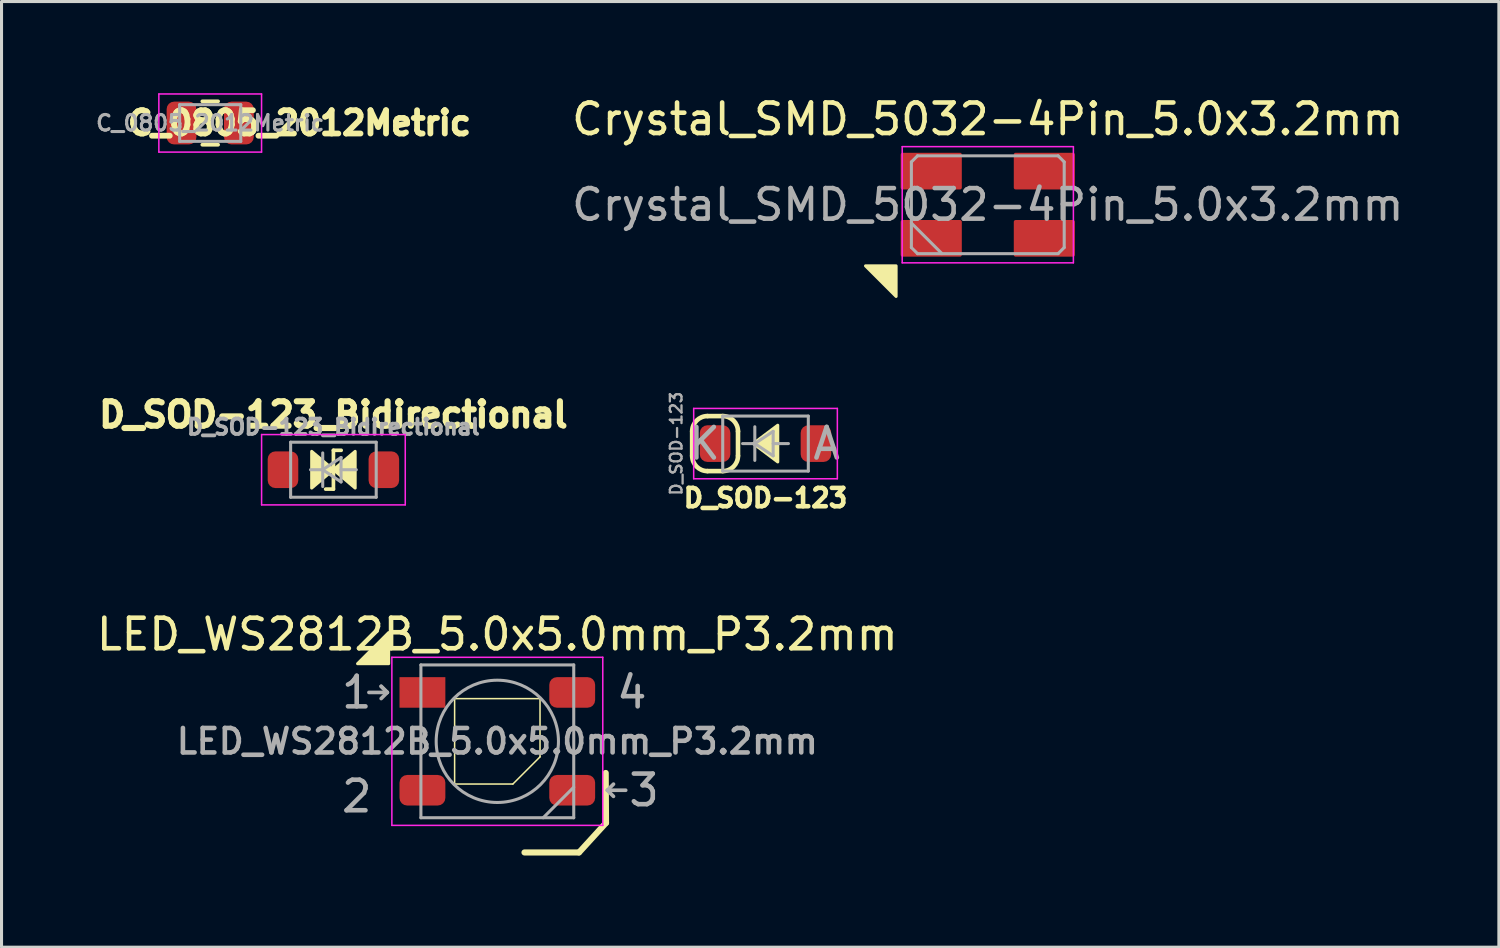
<source format=kicad_pcb>
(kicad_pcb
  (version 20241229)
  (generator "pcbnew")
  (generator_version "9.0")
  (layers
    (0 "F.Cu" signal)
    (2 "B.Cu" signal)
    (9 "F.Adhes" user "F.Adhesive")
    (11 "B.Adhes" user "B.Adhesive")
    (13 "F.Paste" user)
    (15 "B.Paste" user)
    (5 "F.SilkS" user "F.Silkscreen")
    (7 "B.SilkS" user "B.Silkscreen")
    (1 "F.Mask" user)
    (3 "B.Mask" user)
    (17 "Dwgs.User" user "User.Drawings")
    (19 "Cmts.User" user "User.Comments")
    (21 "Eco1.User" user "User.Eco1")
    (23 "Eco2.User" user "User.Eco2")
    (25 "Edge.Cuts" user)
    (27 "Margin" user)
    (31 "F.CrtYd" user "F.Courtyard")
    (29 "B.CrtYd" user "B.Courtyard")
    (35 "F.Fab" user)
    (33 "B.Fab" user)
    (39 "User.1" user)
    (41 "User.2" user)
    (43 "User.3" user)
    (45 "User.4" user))
  (footprint "LED_WS2812B_5.0x5.0mm_P3.2mm"
    (layer "F.Cu")
    (at 13.22 21.203)
    (property "Reference" "LED_WS2812B_5.0x5.0mm_P3.2mm" (at 0 -3.5 0) (layer "F.SilkS") (effects (font (size 1 1) (thickness 0.15))))
    (attr smd)
    (fp_line (start -1.397 -1.397) (end 1.397 -1.397) (stroke (width 0.05) (type solid)) (layer "F.SilkS"))
    (fp_line (start -1.397 1.397) (end -1.397 -1.397) (stroke (width 0.05) (type solid)) (layer "F.SilkS"))
    (fp_line (start 0.508 1.397) (end -1.397 1.397) (stroke (width 0.05) (type solid)) (layer "F.SilkS"))
    (fp_line (start 0.508 1.397) (end 1.397 0.508) (stroke (width 0.05) (type solid)) (layer "F.SilkS"))
    (fp_line (start 0.889 3.635) (end 2.667 3.635) (stroke (width 0.2) (type solid)) (layer "F.SilkS"))
    (fp_line (start 1.397 -1.397) (end 1.397 0.508) (stroke (width 0.05) (type solid)) (layer "F.SilkS"))
    (fp_line (start 2.673 3.635) (end 3.556 2.667) (stroke (width 0.2) (type solid)) (layer "F.SilkS"))
    (fp_line (start 3.556 2.667) (end 3.546 1.035) (stroke (width 0.2) (type solid)) (layer "F.SilkS"))
    (fp_poly (pts (xy -4.572 -2.54) (xy -3.556 -2.54) (xy -3.556 -3.556)) (stroke (width 0.1) (type solid)) (fill yes) (layer "F.SilkS"))
    (fp_line (start -3.45 -2.75) (end -3.45 2.75) (stroke (width 0.05) (type solid)) (layer "F.CrtYd"))
    (fp_line (start -3.45 2.75) (end 3.45 2.75) (stroke (width 0.05) (type solid)) (layer "F.CrtYd"))
    (fp_line (start 3.45 -2.75) (end -3.45 -2.75) (stroke (width 0.05) (type solid)) (layer "F.CrtYd"))
    (fp_line (start 3.45 2.75) (end 3.45 -2.75) (stroke (width 0.05) (type solid)) (layer "F.CrtYd"))
    (fp_line (start -4.2 -1.6) (end -3.6 -1.6) (stroke (width 0.12) (type solid)) (layer "F.Fab"))
    (fp_line (start -3.8 -1.8) (end -3.6 -1.6) (stroke (width 0.12) (type solid)) (layer "F.Fab"))
    (fp_line (start -3.6 -1.6) (end -3.8 -1.8) (stroke (width 0.12) (type solid)) (layer "F.Fab"))
    (fp_line (start -3.6 -1.6) (end -3.8 -1.4) (stroke (width 0.12) (type solid)) (layer "F.Fab"))
    (fp_line (start -2.5 -2.5) (end -2.5 2.5) (stroke (width 0.1) (type solid)) (layer "F.Fab"))
    (fp_line (start -2.5 2.5) (end 2.5 2.5) (stroke (width 0.1) (type solid)) (layer "F.Fab"))
    (fp_line (start 2.5 -2.5) (end -2.5 -2.5) (stroke (width 0.1) (type solid)) (layer "F.Fab"))
    (fp_line (start 2.5 1.5) (end 1.5 2.5) (stroke (width 0.1) (type solid)) (layer "F.Fab"))
    (fp_line (start 2.5 2.5) (end 2.5 -2.5) (stroke (width 0.1) (type solid)) (layer "F.Fab"))
    (fp_line (start 3.6 1.6) (end 3.8 1.4) (stroke (width 0.12) (type solid)) (layer "F.Fab"))
    (fp_line (start 3.6 1.6) (end 3.8 1.8) (stroke (width 0.12) (type solid)) (layer "F.Fab"))
    (fp_line (start 4.2 1.6) (end 3.6 1.6) (stroke (width 0.12) (type solid)) (layer "F.Fab"))
    (fp_circle (center 0 0) (end 0 -2) (stroke (width 0.1) (type solid)) (fill no) (layer "F.Fab"))
    (fp_text user "1" (at -4.6 -1.6 0) (layer "F.Fab") (effects (font (size 1 1) (thickness 0.15))))
    (fp_text user "4" (at 4.4 -1.6 0) (layer "F.Fab") (effects (font (size 1 1) (thickness 0.15))))
    (fp_text user "${REFERENCE}" (at 0 0 0) (layer "F.Fab") (effects (font (size 0.8 0.8) (thickness 0.15))))
    (fp_text user "2" (at -4.6 1.8 0) (layer "F.Fab") (effects (font (size 1 1) (thickness 0.15))))
    (fp_text user "3" (at 4.8 1.6 0) (layer "F.Fab") (effects (font (size 1 1) (thickness 0.15))))
    (pad "1" smd rect (at -2.45 -1.6) (size 1.5 1) (layers "F.Cu" "F.Mask" "F.Paste"))
    (pad "2" smd roundrect (at -2.45 1.6) (size 1.5 1) (layers "F.Cu" "F.Mask" "F.Paste") (roundrect_rratio 0.25))
    (pad "3" smd roundrect (at 2.45 1.6) (size 1.5 1) (layers "F.Cu" "F.Mask" "F.Paste") (roundrect_rratio 0.25))
    (pad "4" smd roundrect (at 2.45 -1.6) (size 1.5 1) (layers "F.Cu" "F.Mask" "F.Paste") (roundrect_rratio 0.25)))
  (footprint "Crystal_SMD_5032-4Pin_5.0x3.2mm"
    (layer "F.Cu")
    (at 29.266 3.648)
    (property "Reference" "Crystal_SMD_5032-4Pin_5.0x3.2mm" (at 0 -2.8 0) (layer "F.SilkS") (effects (font (size 1 1) (thickness 0.15))))
    (attr smd)
    (fp_poly (pts (xy -4 2) (xy -3 2) (xy -3 3)) (stroke (width 0.1) (type solid)) (fill yes) (layer "F.SilkS"))
    (fp_line (start -2.8 -1.9) (end -2.8 1.9) (stroke (width 0.05) (type solid)) (layer "F.CrtYd"))
    (fp_line (start -2.8 1.9) (end 2.8 1.9) (stroke (width 0.05) (type solid)) (layer "F.CrtYd"))
    (fp_line (start 2.8 -1.9) (end -2.8 -1.9) (stroke (width 0.05) (type solid)) (layer "F.CrtYd"))
    (fp_line (start 2.8 1.9) (end 2.8 -1.9) (stroke (width 0.05) (type solid)) (layer "F.CrtYd"))
    (fp_line (start -2.5 -1.4) (end -2.3 -1.6) (stroke (width 0.1) (type solid)) (layer "F.Fab"))
    (fp_line (start -2.5 0.6) (end -1.5 1.6) (stroke (width 0.1) (type solid)) (layer "F.Fab"))
    (fp_line (start -2.5 1.4) (end -2.5 -1.4) (stroke (width 0.1) (type solid)) (layer "F.Fab"))
    (fp_line (start -2.3 -1.6) (end 2.3 -1.6) (stroke (width 0.1) (type solid)) (layer "F.Fab"))
    (fp_line (start -2.3 1.6) (end -2.5 1.4) (stroke (width 0.1) (type solid)) (layer "F.Fab"))
    (fp_line (start 2.3 -1.6) (end 2.5 -1.4) (stroke (width 0.1) (type solid)) (layer "F.Fab"))
    (fp_line (start 2.3 1.6) (end -2.3 1.6) (stroke (width 0.1) (type solid)) (layer "F.Fab"))
    (fp_line (start 2.5 -1.4) (end 2.5 1.4) (stroke (width 0.1) (type solid)) (layer "F.Fab"))
    (fp_line (start 2.5 1.4) (end 2.3 1.6) (stroke (width 0.1) (type solid)) (layer "F.Fab"))
    (fp_text user "${REFERENCE}" (at 0 0 0) (layer "F.Fab") (effects (font (size 1 1) (thickness 0.15))))
    (pad "1" smd roundrect (at -1.85 1.1) (size 2 1.2) (layers "F.Cu" "F.Mask" "F.Paste") (roundrect_rratio 0.05))
    (pad "2" smd roundrect (at 1.85 1.1) (size 2 1.2) (layers "F.Cu" "F.Mask" "F.Paste") (roundrect_rratio 0.05))
    (pad "3" smd roundrect (at 1.85 -1.1) (size 2 1.2) (layers "F.Cu" "F.Mask" "F.Paste") (roundrect_rratio 0.05))
    (pad "4" smd roundrect (at -1.85 -1.1) (size 2 1.2) (layers "F.Cu" "F.Mask" "F.Paste") (roundrect_rratio 0.05)))
  (footprint "D_SOD-123_Bidirectional"
    (layer "F.Cu")
    (at 7.858 12.317)
    (property "Reference" "D_SOD-123_Bidirectional" (at 0 -1.8 180) (layer "F.SilkS") (effects (font (size 0.8 0.8) (thickness 0.2))))
    (attr smd)
    (fp_line (start 0 -0.635) (end 0.254 -0.635) (stroke (width 0.12) (type solid)) (layer "F.SilkS"))
    (fp_line (start 0 0.635) (end -0.254 0.635) (stroke (width 0.12) (type solid)) (layer "F.SilkS"))
    (fp_line (start 0 0.635) (end 0 -0.635) (stroke (width 0.12) (type solid)) (layer "F.SilkS"))
    (fp_poly (pts (xy 0 0) (xy -0.711 0.6) (xy -0.711 -0.6)) (stroke (width 0.1) (type solid)) (fill yes) (layer "F.SilkS"))
    (fp_poly (pts (xy 0 0) (xy 0.711 -0.6) (xy 0.711 0.6)) (stroke (width 0.1) (type solid)) (fill yes) (layer "F.SilkS"))
    (fp_line (start -2.35 -1.15) (end -2.35 1.15) (stroke (width 0.05) (type solid)) (layer "F.CrtYd"))
    (fp_line (start -2.35 -1.15) (end 2.35 -1.15) (stroke (width 0.05) (type solid)) (layer "F.CrtYd"))
    (fp_line (start 2.35 -1.15) (end 2.35 1.15) (stroke (width 0.05) (type solid)) (layer "F.CrtYd"))
    (fp_line (start 2.35 1.15) (end -2.35 1.15) (stroke (width 0.05) (type solid)) (layer "F.CrtYd"))
    (fp_line (start -1.4 -0.9) (end 1.4 -0.9) (stroke (width 0.1) (type solid)) (layer "F.Fab"))
    (fp_line (start -1.4 0.9) (end -1.4 -0.9) (stroke (width 0.1) (type solid)) (layer "F.Fab"))
    (fp_line (start -0.75 0) (end -0.35 0) (stroke (width 0.1) (type solid)) (layer "F.Fab"))
    (fp_line (start -0.35 0) (end -0.35 -0.55) (stroke (width 0.1) (type solid)) (layer "F.Fab"))
    (fp_line (start -0.35 0) (end -0.35 0.55) (stroke (width 0.1) (type solid)) (layer "F.Fab"))
    (fp_line (start -0.35 0) (end 0.25 -0.4) (stroke (width 0.1) (type solid)) (layer "F.Fab"))
    (fp_line (start 0.25 -0.4) (end 0.25 0.4) (stroke (width 0.1) (type solid)) (layer "F.Fab"))
    (fp_line (start 0.25 0) (end 0.75 0) (stroke (width 0.1) (type solid)) (layer "F.Fab"))
    (fp_line (start 0.25 0.4) (end -0.35 0) (stroke (width 0.1) (type solid)) (layer "F.Fab"))
    (fp_line (start 1.4 -0.9) (end 1.4 0.9) (stroke (width 0.1) (type solid)) (layer "F.Fab"))
    (fp_line (start 1.4 0.9) (end -1.4 0.9) (stroke (width 0.1) (type solid)) (layer "F.Fab"))
    (fp_text user "${REFERENCE}" (at 0 -1.397 0) (layer "F.Fab") (effects (font (size 0.5 0.5) (thickness 0.125))))
    (pad "1" smd roundrect (at -1.65 0) (size 1 1.2) (layers "F.Cu" "F.Mask" "F.Paste") (roundrect_rratio 0.25))
    (pad "2" smd roundrect (at 1.65 0) (size 1 1.2) (layers "F.Cu" "F.Mask" "F.Paste") (roundrect_rratio 0.25)))
  (footprint "D_SOD-123"
    (layer "F.Cu")
    (at 21.994 11.462)
    (property "Reference" "D_SOD-123" (at -0.00012 1.779 180) (layer "F.SilkS") (effects (font (size 0.6 0.6) (thickness 0.15))))
    (attr smd)
    (fp_line (start -2.4 -0.4) (end -2.4 0.4) (stroke (width 0.15) (type solid)) (layer "F.SilkS"))
    (fp_line (start -1.9 -0.9) (end -1.4 -0.9) (stroke (width 0.15) (type solid)) (layer "F.SilkS"))
    (fp_line (start -1.4 0.9) (end -1.9 0.9) (stroke (width 0.15) (type solid)) (layer "F.SilkS"))
    (fp_line (start -0.9 -0.4) (end -0.9 0.4) (stroke (width 0.15) (type solid)) (layer "F.SilkS"))
    (fp_arc (start -2.4 -0.4) (mid -2.253553 -0.753553) (end -1.9 -0.9) (stroke (width 0.15) (type solid)) (layer "F.SilkS"))
    (fp_arc (start -1.9 0.9) (mid -2.253553 0.753553) (end -2.4 0.4) (stroke (width 0.15) (type solid)) (layer "F.SilkS"))
    (fp_arc (start -1.4 -0.9) (mid -1.046447 -0.753553) (end -0.9 -0.4) (stroke (width 0.15) (type solid)) (layer "F.SilkS"))
    (fp_arc (start -0.9 0.4) (mid -1.046447 0.753553) (end -1.4 0.9) (stroke (width 0.15) (type solid)) (layer "F.SilkS"))
    (fp_poly (pts (xy -0.4 0) (xy 0.4 -0.6) (xy 0.4 0.6)) (stroke (width 0.1) (type solid)) (fill yes) (layer "F.SilkS"))
    (fp_line (start -2.35 -1.15) (end -2.35 1.15) (stroke (width 0.05) (type solid)) (layer "F.CrtYd"))
    (fp_line (start -2.35 -1.15) (end 2.35 -1.15) (stroke (width 0.05) (type solid)) (layer "F.CrtYd"))
    (fp_line (start 2.35 -1.15) (end 2.35 1.15) (stroke (width 0.05) (type solid)) (layer "F.CrtYd"))
    (fp_line (start 2.35 1.15) (end -2.35 1.15) (stroke (width 0.05) (type solid)) (layer "F.CrtYd"))
    (fp_line (start -1.4 -0.9) (end 1.4 -0.9) (stroke (width 0.1) (type solid)) (layer "F.Fab"))
    (fp_line (start -1.4 0.9) (end -1.4 -0.9) (stroke (width 0.1) (type solid)) (layer "F.Fab"))
    (fp_line (start -0.75 0) (end -0.35 0) (stroke (width 0.1) (type solid)) (layer "F.Fab"))
    (fp_line (start -0.35 0) (end -0.35 -0.55) (stroke (width 0.1) (type solid)) (layer "F.Fab"))
    (fp_line (start -0.35 0) (end -0.35 0.55) (stroke (width 0.1) (type solid)) (layer "F.Fab"))
    (fp_line (start -0.35 0) (end 0.25 -0.4) (stroke (width 0.1) (type solid)) (layer "F.Fab"))
    (fp_line (start 0.25 -0.4) (end 0.25 0.4) (stroke (width 0.1) (type solid)) (layer "F.Fab"))
    (fp_line (start 0.25 0) (end 0.75 0) (stroke (width 0.1) (type solid)) (layer "F.Fab"))
    (fp_line (start 0.25 0.4) (end -0.35 0) (stroke (width 0.1) (type solid)) (layer "F.Fab"))
    (fp_line (start 1.4 -0.9) (end 1.4 0.9) (stroke (width 0.1) (type solid)) (layer "F.Fab"))
    (fp_line (start 1.4 0.9) (end -1.4 0.9) (stroke (width 0.1) (type solid)) (layer "F.Fab"))
    (fp_text user "${REFERENCE}" (at -2.921 0 270) (layer "F.Fab") (effects (font (size 0.381 0.381) (thickness 0.076))))
    (fp_text user "K" (at -2 0 0) (layer "F.Fab") (effects (font (size 1 1) (thickness 0.15))))
    (fp_text user "A" (at 2 0 0) (layer "F.Fab") (effects (font (size 1 1) (thickness 0.15))))
    (pad "1" smd roundrect (at -1.65 0) (size 1 1.2) (layers "F.Cu" "F.Mask" "F.Paste") (roundrect_rratio 0.25))
    (pad "2" smd roundrect (at 1.65 0) (size 1 1.2) (layers "F.Cu" "F.Mask" "F.Paste") (roundrect_rratio 0.25)))
  (footprint "C_0805_2012Metric"
    (layer "F.Cu")
    (at 3.827 0.975)
    (property "Reference" "C_0805_2012Metric" (at 2.921 0 180) (layer "F.SilkS") (effects (font (size 0.762 0.762) (thickness 0.191))))
    (attr smd)
    (fp_line (start -0.259 -0.71) (end 0.259 -0.71) (stroke (width 0.12) (type solid)) (layer "F.SilkS"))
    (fp_line (start -0.259 0.71) (end 0.259 0.71) (stroke (width 0.12) (type solid)) (layer "F.SilkS"))
    (fp_line (start -1.68 -0.95) (end 1.68 -0.95) (stroke (width 0.05) (type solid)) (layer "F.CrtYd"))
    (fp_line (start -1.68 0.95) (end -1.68 -0.95) (stroke (width 0.05) (type solid)) (layer "F.CrtYd"))
    (fp_line (start 1.68 -0.95) (end 1.68 0.95) (stroke (width 0.05) (type solid)) (layer "F.CrtYd"))
    (fp_line (start 1.68 0.95) (end -1.68 0.95) (stroke (width 0.05) (type solid)) (layer "F.CrtYd"))
    (fp_line (start -1 -0.6) (end 1 -0.6) (stroke (width 0.1) (type solid)) (layer "F.Fab"))
    (fp_line (start -1 0.6) (end -1 -0.6) (stroke (width 0.1) (type solid)) (layer "F.Fab"))
    (fp_line (start 1 -0.6) (end 1 0.6) (stroke (width 0.1) (type solid)) (layer "F.Fab"))
    (fp_line (start 1 0.6) (end -1 0.6) (stroke (width 0.1) (type solid)) (layer "F.Fab"))
    (fp_text user "${REFERENCE}" (at 0 0 180) (layer "F.Fab") (effects (font (size 0.508 0.508) (thickness 0.102))))
    (pad "1" smd roundrect (at -0.938 0) (size 0.975 1.4) (layers "F.Cu" "F.Mask" "F.Paste") (roundrect_rratio 0.25))
    (pad "2" smd roundrect (at 0.938 0) (size 0.975 1.4) (layers "F.Cu" "F.Mask" "F.Paste") (roundrect_rratio 0.25)))
  (gr_rect
    (start -3 -3)
    (end 45.986 27.938)
    (stroke (width 0.1) (type default))
    (fill no)
    (layer "Edge.Cuts")))
</source>
